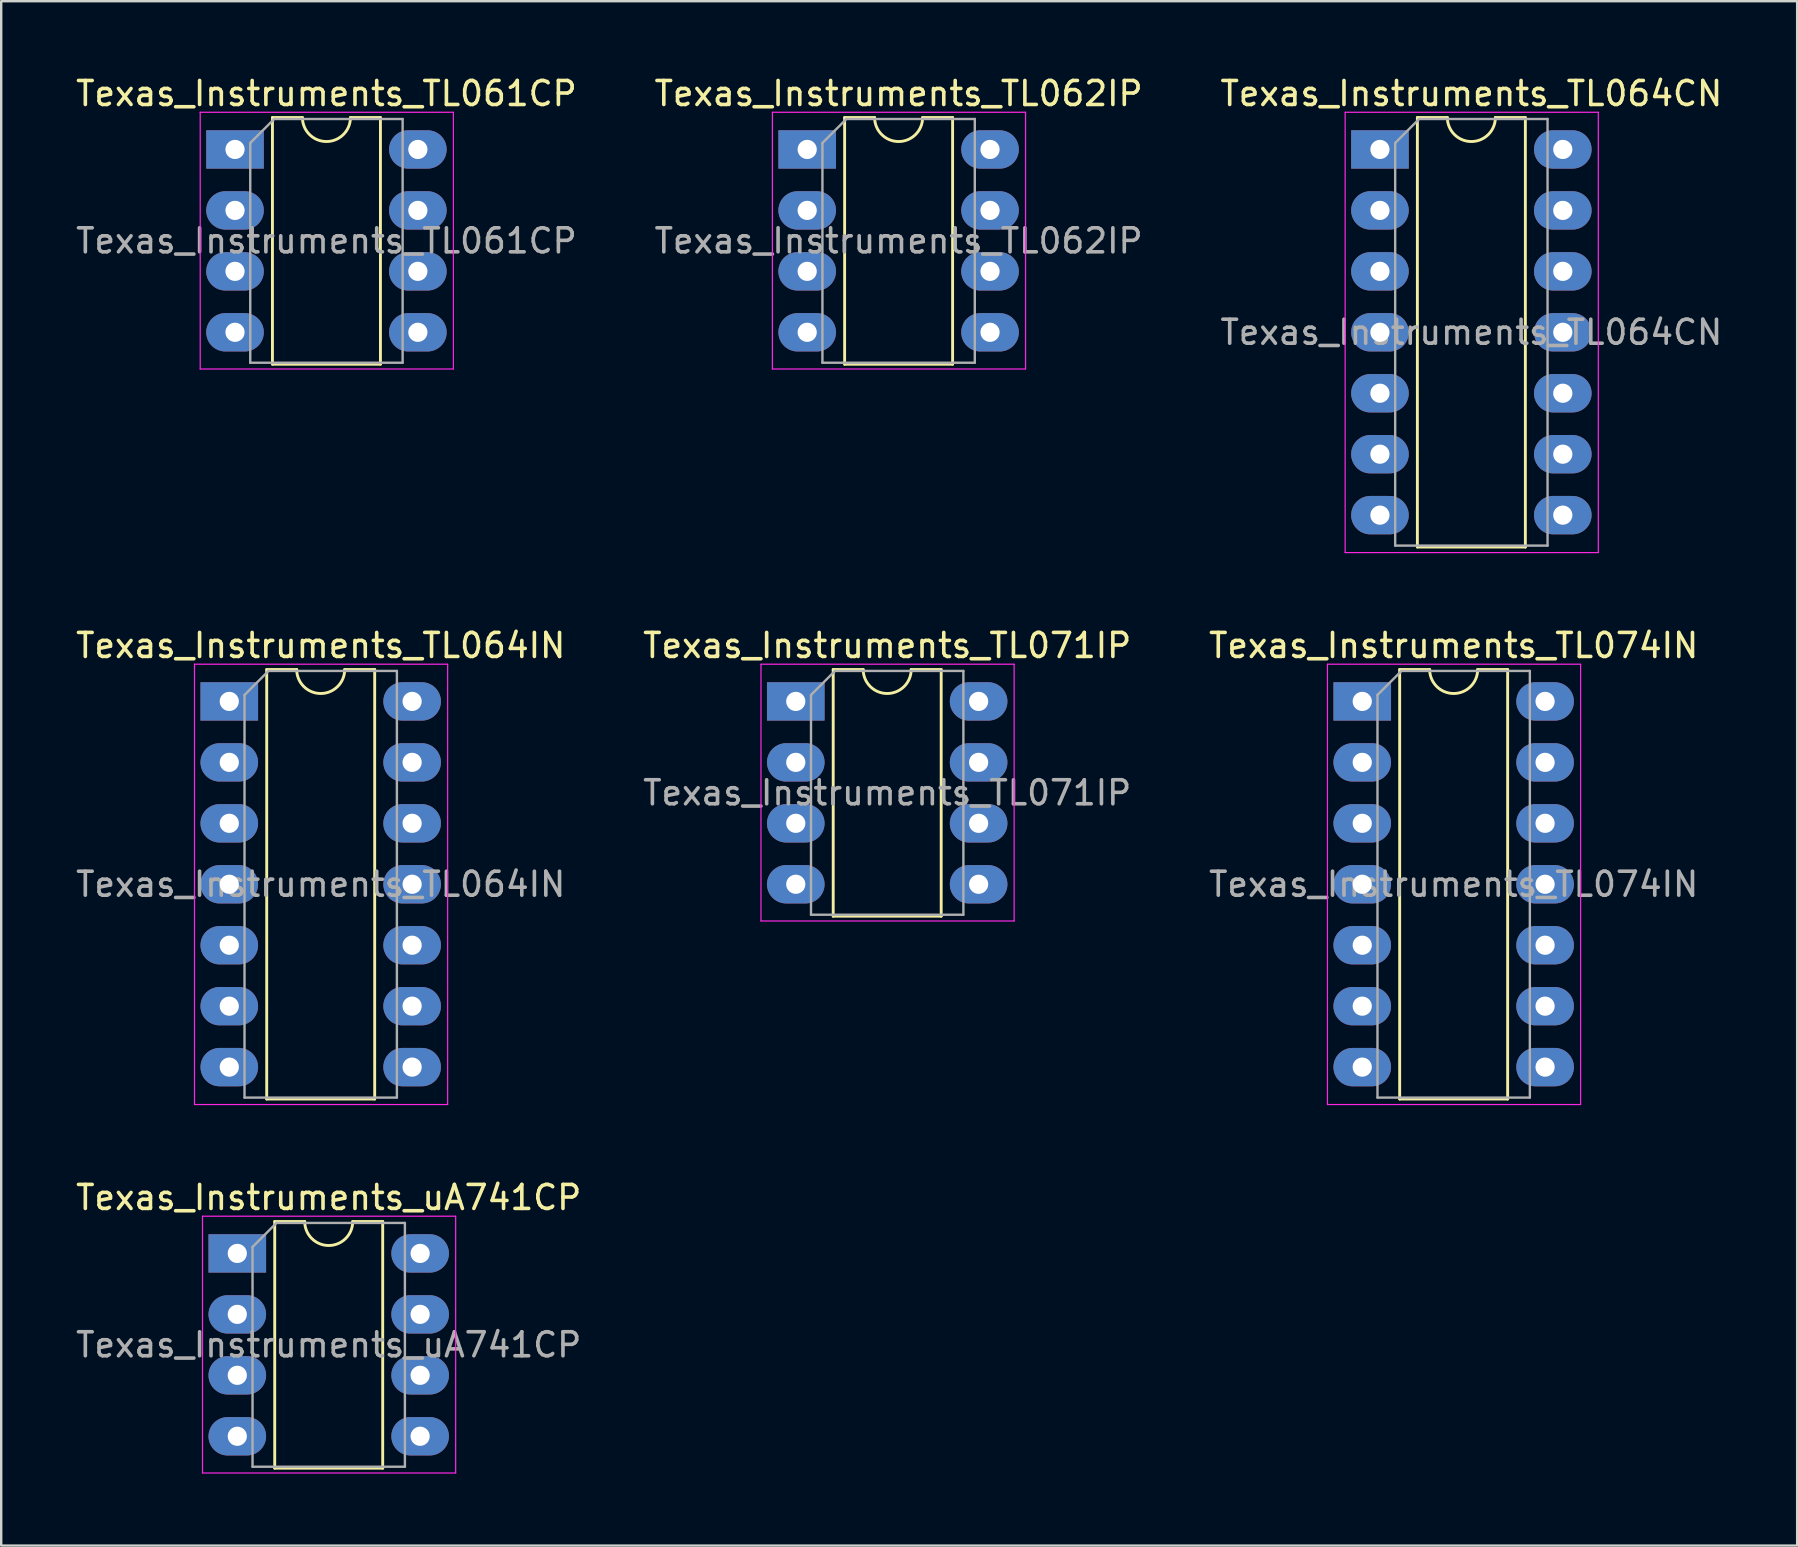
<source format=kicad_pcb>
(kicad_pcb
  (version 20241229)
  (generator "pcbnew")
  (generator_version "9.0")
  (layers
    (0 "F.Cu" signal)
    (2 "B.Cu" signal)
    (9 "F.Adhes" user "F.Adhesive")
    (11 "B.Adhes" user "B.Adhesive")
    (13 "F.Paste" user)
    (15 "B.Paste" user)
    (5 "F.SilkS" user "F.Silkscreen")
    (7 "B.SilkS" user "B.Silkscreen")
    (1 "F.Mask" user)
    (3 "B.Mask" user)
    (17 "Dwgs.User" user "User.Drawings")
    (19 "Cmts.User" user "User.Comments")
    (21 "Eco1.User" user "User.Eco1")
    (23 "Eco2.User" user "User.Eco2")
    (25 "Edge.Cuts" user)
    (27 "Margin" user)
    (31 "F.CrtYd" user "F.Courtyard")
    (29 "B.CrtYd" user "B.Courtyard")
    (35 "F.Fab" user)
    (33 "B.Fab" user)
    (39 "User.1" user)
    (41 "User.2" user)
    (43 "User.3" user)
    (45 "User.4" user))
  (footprint "Texas_Instruments_TL064CN"
    (layer "F.Cu")
    (at 58.268 10.798)
    (property "Reference" "Texas_Instruments_TL064CN" (at 0 -9.95 0) (layer "F.SilkS") (effects (font (size 1 1) (thickness 0.15))))
    (attr through_hole)
    (fp_line (start -2.25 -8.95) (end -2.25 8.95) (stroke (width 0.12) (type solid)) (layer "F.SilkS"))
    (fp_line (start -2.25 8.95) (end 2.25 8.95) (stroke (width 0.12) (type solid)) (layer "F.SilkS"))
    (fp_line (start -1 -8.95) (end -2.25 -8.95) (stroke (width 0.12) (type solid)) (layer "F.SilkS"))
    (fp_line (start 2.25 -8.95) (end 1 -8.95) (stroke (width 0.12) (type solid)) (layer "F.SilkS"))
    (fp_line (start 2.25 8.95) (end 2.25 -8.95) (stroke (width 0.12) (type solid)) (layer "F.SilkS"))
    (fp_arc (start 1 -8.95) (mid 0 -7.95) (end -1 -8.95) (stroke (width 0.12) (type solid)) (layer "F.SilkS"))
    (fp_line (start -5.26 -9.17) (end -5.26 9.18) (stroke (width 0.05) (type solid)) (layer "F.CrtYd"))
    (fp_line (start -5.26 9.18) (end 5.29 9.18) (stroke (width 0.05) (type solid)) (layer "F.CrtYd"))
    (fp_line (start 5.29 -9.17) (end -5.26 -9.17) (stroke (width 0.05) (type solid)) (layer "F.CrtYd"))
    (fp_line (start 5.29 9.18) (end 5.29 -9.17) (stroke (width 0.05) (type solid)) (layer "F.CrtYd"))
    (fp_line (start -3.175 -7.89) (end -2.175 -8.89) (stroke (width 0.1) (type solid)) (layer "F.Fab"))
    (fp_line (start -3.175 8.89) (end -3.175 -7.89) (stroke (width 0.1) (type solid)) (layer "F.Fab"))
    (fp_line (start -2.175 -8.89) (end 3.175 -8.89) (stroke (width 0.1) (type solid)) (layer "F.Fab"))
    (fp_line (start 3.175 -8.89) (end 3.175 8.89) (stroke (width 0.1) (type solid)) (layer "F.Fab"))
    (fp_line (start 3.175 8.89) (end -3.175 8.89) (stroke (width 0.1) (type solid)) (layer "F.Fab"))
    (fp_text user "${REFERENCE}" (at 0 0 0) (layer "F.Fab") (effects (font (size 1 1) (thickness 0.15))))
    (pad "1" thru_hole rect (at -3.81 -7.62) (size 2.4 1.6) (drill 0.8) (layers "*.Cu" "*.Mask"))
    (pad "2" thru_hole oval (at -3.81 -5.08) (size 2.4 1.6) (drill 0.8) (layers "*.Cu" "*.Mask"))
    (pad "3" thru_hole oval (at -3.81 -2.54) (size 2.4 1.6) (drill 0.8) (layers "*.Cu" "*.Mask"))
    (pad "4" thru_hole oval (at -3.81 0) (size 2.4 1.6) (drill 0.8) (layers "*.Cu" "*.Mask"))
    (pad "5" thru_hole oval (at -3.81 2.54) (size 2.4 1.6) (drill 0.8) (layers "*.Cu" "*.Mask"))
    (pad "6" thru_hole oval (at -3.81 5.08) (size 2.4 1.6) (drill 0.8) (layers "*.Cu" "*.Mask"))
    (pad "7" thru_hole oval (at -3.81 7.62) (size 2.4 1.6) (drill 0.8) (layers "*.Cu" "*.Mask"))
    (pad "8" thru_hole oval (at 3.81 7.62) (size 2.4 1.6) (drill 0.8) (layers "*.Cu" "*.Mask"))
    (pad "9" thru_hole oval (at 3.81 5.08) (size 2.4 1.6) (drill 0.8) (layers "*.Cu" "*.Mask"))
    (pad "10" thru_hole oval (at 3.81 2.54) (size 2.4 1.6) (drill 0.8) (layers "*.Cu" "*.Mask"))
    (pad "11" thru_hole oval (at 3.81 0) (size 2.4 1.6) (drill 0.8) (layers "*.Cu" "*.Mask"))
    (pad "12" thru_hole oval (at 3.81 -2.54) (size 2.4 1.6) (drill 0.8) (layers "*.Cu" "*.Mask"))
    (pad "13" thru_hole oval (at 3.81 -5.08) (size 2.4 1.6) (drill 0.8) (layers "*.Cu" "*.Mask"))
    (pad "14" thru_hole oval (at 3.81 -7.62) (size 2.4 1.6) (drill 0.8) (layers "*.Cu" "*.Mask")))
  (footprint "Texas_Instruments_TL074IN"
    (layer "F.Cu")
    (at 57.53 33.801)
    (property "Reference" "Texas_Instruments_TL074IN" (at 0 -9.95 0) (layer "F.SilkS") (effects (font (size 1 1) (thickness 0.15))))
    (attr through_hole)
    (fp_line (start -2.25 -8.95) (end -2.25 8.95) (stroke (width 0.12) (type solid)) (layer "F.SilkS"))
    (fp_line (start -2.25 8.95) (end 2.25 8.95) (stroke (width 0.12) (type solid)) (layer "F.SilkS"))
    (fp_line (start -1 -8.95) (end -2.25 -8.95) (stroke (width 0.12) (type solid)) (layer "F.SilkS"))
    (fp_line (start 2.25 -8.95) (end 1 -8.95) (stroke (width 0.12) (type solid)) (layer "F.SilkS"))
    (fp_line (start 2.25 8.95) (end 2.25 -8.95) (stroke (width 0.12) (type solid)) (layer "F.SilkS"))
    (fp_arc (start 1 -8.95) (mid 0 -7.95) (end -1 -8.95) (stroke (width 0.12) (type solid)) (layer "F.SilkS"))
    (fp_line (start -5.26 -9.17) (end -5.26 9.18) (stroke (width 0.05) (type solid)) (layer "F.CrtYd"))
    (fp_line (start -5.26 9.18) (end 5.29 9.18) (stroke (width 0.05) (type solid)) (layer "F.CrtYd"))
    (fp_line (start 5.29 -9.17) (end -5.26 -9.17) (stroke (width 0.05) (type solid)) (layer "F.CrtYd"))
    (fp_line (start 5.29 9.18) (end 5.29 -9.17) (stroke (width 0.05) (type solid)) (layer "F.CrtYd"))
    (fp_line (start -3.175 -7.89) (end -2.175 -8.89) (stroke (width 0.1) (type solid)) (layer "F.Fab"))
    (fp_line (start -3.175 8.89) (end -3.175 -7.89) (stroke (width 0.1) (type solid)) (layer "F.Fab"))
    (fp_line (start -2.175 -8.89) (end 3.175 -8.89) (stroke (width 0.1) (type solid)) (layer "F.Fab"))
    (fp_line (start 3.175 -8.89) (end 3.175 8.89) (stroke (width 0.1) (type solid)) (layer "F.Fab"))
    (fp_line (start 3.175 8.89) (end -3.175 8.89) (stroke (width 0.1) (type solid)) (layer "F.Fab"))
    (fp_text user "${REFERENCE}" (at 0 0 0) (layer "F.Fab") (effects (font (size 1 1) (thickness 0.15))))
    (pad "1" thru_hole rect (at -3.81 -7.62) (size 2.4 1.6) (drill 0.8) (layers "*.Cu" "*.Mask"))
    (pad "2" thru_hole oval (at -3.81 -5.08) (size 2.4 1.6) (drill 0.8) (layers "*.Cu" "*.Mask"))
    (pad "3" thru_hole oval (at -3.81 -2.54) (size 2.4 1.6) (drill 0.8) (layers "*.Cu" "*.Mask"))
    (pad "4" thru_hole oval (at -3.81 0) (size 2.4 1.6) (drill 0.8) (layers "*.Cu" "*.Mask"))
    (pad "5" thru_hole oval (at -3.81 2.54) (size 2.4 1.6) (drill 0.8) (layers "*.Cu" "*.Mask"))
    (pad "6" thru_hole oval (at -3.81 5.08) (size 2.4 1.6) (drill 0.8) (layers "*.Cu" "*.Mask"))
    (pad "7" thru_hole oval (at -3.81 7.62) (size 2.4 1.6) (drill 0.8) (layers "*.Cu" "*.Mask"))
    (pad "8" thru_hole oval (at 3.81 7.62) (size 2.4 1.6) (drill 0.8) (layers "*.Cu" "*.Mask"))
    (pad "9" thru_hole oval (at 3.81 5.08) (size 2.4 1.6) (drill 0.8) (layers "*.Cu" "*.Mask"))
    (pad "10" thru_hole oval (at 3.81 2.54) (size 2.4 1.6) (drill 0.8) (layers "*.Cu" "*.Mask"))
    (pad "11" thru_hole oval (at 3.81 0) (size 2.4 1.6) (drill 0.8) (layers "*.Cu" "*.Mask"))
    (pad "12" thru_hole oval (at 3.81 -2.54) (size 2.4 1.6) (drill 0.8) (layers "*.Cu" "*.Mask"))
    (pad "13" thru_hole oval (at 3.81 -5.08) (size 2.4 1.6) (drill 0.8) (layers "*.Cu" "*.Mask"))
    (pad "14" thru_hole oval (at 3.81 -7.62) (size 2.4 1.6) (drill 0.8) (layers "*.Cu" "*.Mask")))
  (footprint "Texas_Instruments_TL062IP"
    (layer "F.Cu")
    (at 34.399 6.988)
    (property "Reference" "Texas_Instruments_TL062IP" (at 0 -6.14 0) (layer "F.SilkS") (effects (font (size 1 1) (thickness 0.15))))
    (attr through_hole)
    (fp_line (start -2.25 -5.14) (end -2.25 5.14) (stroke (width 0.12) (type solid)) (layer "F.SilkS"))
    (fp_line (start -2.25 5.14) (end 2.25 5.14) (stroke (width 0.12) (type solid)) (layer "F.SilkS"))
    (fp_line (start -1 -5.14) (end -2.25 -5.14) (stroke (width 0.12) (type solid)) (layer "F.SilkS"))
    (fp_line (start 2.25 -5.14) (end 1 -5.14) (stroke (width 0.12) (type solid)) (layer "F.SilkS"))
    (fp_line (start 2.25 5.14) (end 2.25 -5.14) (stroke (width 0.12) (type solid)) (layer "F.SilkS"))
    (fp_arc (start 1 -5.14) (mid 0 -4.14) (end -1 -5.14) (stroke (width 0.12) (type solid)) (layer "F.SilkS"))
    (fp_line (start -5.26 -5.36) (end -5.26 5.34) (stroke (width 0.05) (type solid)) (layer "F.CrtYd"))
    (fp_line (start -5.26 5.34) (end 5.29 5.34) (stroke (width 0.05) (type solid)) (layer "F.CrtYd"))
    (fp_line (start 5.29 -5.36) (end -5.26 -5.36) (stroke (width 0.05) (type solid)) (layer "F.CrtYd"))
    (fp_line (start 5.29 5.34) (end 5.29 -5.36) (stroke (width 0.05) (type solid)) (layer "F.CrtYd"))
    (fp_line (start -3.175 -4.08) (end -2.175 -5.08) (stroke (width 0.1) (type solid)) (layer "F.Fab"))
    (fp_line (start -3.175 5.08) (end -3.175 -4.08) (stroke (width 0.1) (type solid)) (layer "F.Fab"))
    (fp_line (start -2.175 -5.08) (end 3.175 -5.08) (stroke (width 0.1) (type solid)) (layer "F.Fab"))
    (fp_line (start 3.175 -5.08) (end 3.175 5.08) (stroke (width 0.1) (type solid)) (layer "F.Fab"))
    (fp_line (start 3.175 5.08) (end -3.175 5.08) (stroke (width 0.1) (type solid)) (layer "F.Fab"))
    (fp_text user "${REFERENCE}" (at 0 0 0) (layer "F.Fab") (effects (font (size 1 1) (thickness 0.15))))
    (pad "1" thru_hole rect (at -3.81 -3.81) (size 2.4 1.6) (drill 0.8) (layers "*.Cu" "*.Mask"))
    (pad "2" thru_hole oval (at -3.81 -1.27) (size 2.4 1.6) (drill 0.8) (layers "*.Cu" "*.Mask"))
    (pad "3" thru_hole oval (at -3.81 1.27) (size 2.4 1.6) (drill 0.8) (layers "*.Cu" "*.Mask"))
    (pad "4" thru_hole oval (at -3.81 3.81) (size 2.4 1.6) (drill 0.8) (layers "*.Cu" "*.Mask"))
    (pad "5" thru_hole oval (at 3.81 3.81) (size 2.4 1.6) (drill 0.8) (layers "*.Cu" "*.Mask"))
    (pad "6" thru_hole oval (at 3.81 1.27) (size 2.4 1.6) (drill 0.8) (layers "*.Cu" "*.Mask"))
    (pad "7" thru_hole oval (at 3.81 -1.27) (size 2.4 1.6) (drill 0.8) (layers "*.Cu" "*.Mask"))
    (pad "8" thru_hole oval (at 3.81 -3.81) (size 2.4 1.6) (drill 0.8) (layers "*.Cu" "*.Mask")))
  (footprint "Texas_Instruments_uA741CP"
    (layer "F.Cu")
    (at 10.649 52.995)
    (property "Reference" "Texas_Instruments_uA741CP" (at 0 -6.14 0) (layer "F.SilkS") (effects (font (size 1 1) (thickness 0.15))))
    (attr through_hole)
    (fp_line (start -2.25 -5.14) (end -2.25 5.14) (stroke (width 0.12) (type solid)) (layer "F.SilkS"))
    (fp_line (start -2.25 5.14) (end 2.25 5.14) (stroke (width 0.12) (type solid)) (layer "F.SilkS"))
    (fp_line (start -1 -5.14) (end -2.25 -5.14) (stroke (width 0.12) (type solid)) (layer "F.SilkS"))
    (fp_line (start 2.25 -5.14) (end 1 -5.14) (stroke (width 0.12) (type solid)) (layer "F.SilkS"))
    (fp_line (start 2.25 5.14) (end 2.25 -5.14) (stroke (width 0.12) (type solid)) (layer "F.SilkS"))
    (fp_arc (start 1 -5.14) (mid 0 -4.14) (end -1 -5.14) (stroke (width 0.12) (type solid)) (layer "F.SilkS"))
    (fp_line (start -5.26 -5.36) (end -5.26 5.34) (stroke (width 0.05) (type solid)) (layer "F.CrtYd"))
    (fp_line (start -5.26 5.34) (end 5.29 5.34) (stroke (width 0.05) (type solid)) (layer "F.CrtYd"))
    (fp_line (start 5.29 -5.36) (end -5.26 -5.36) (stroke (width 0.05) (type solid)) (layer "F.CrtYd"))
    (fp_line (start 5.29 5.34) (end 5.29 -5.36) (stroke (width 0.05) (type solid)) (layer "F.CrtYd"))
    (fp_line (start -3.175 -4.08) (end -2.175 -5.08) (stroke (width 0.1) (type solid)) (layer "F.Fab"))
    (fp_line (start -3.175 5.08) (end -3.175 -4.08) (stroke (width 0.1) (type solid)) (layer "F.Fab"))
    (fp_line (start -2.175 -5.08) (end 3.175 -5.08) (stroke (width 0.1) (type solid)) (layer "F.Fab"))
    (fp_line (start 3.175 -5.08) (end 3.175 5.08) (stroke (width 0.1) (type solid)) (layer "F.Fab"))
    (fp_line (start 3.175 5.08) (end -3.175 5.08) (stroke (width 0.1) (type solid)) (layer "F.Fab"))
    (fp_text user "${REFERENCE}" (at 0 0 0) (layer "F.Fab") (effects (font (size 1 1) (thickness 0.15))))
    (pad "1" thru_hole rect (at -3.81 -3.81) (size 2.4 1.6) (drill 0.8) (layers "*.Cu" "*.Mask"))
    (pad "2" thru_hole oval (at -3.81 -1.27) (size 2.4 1.6) (drill 0.8) (layers "*.Cu" "*.Mask"))
    (pad "3" thru_hole oval (at -3.81 1.27) (size 2.4 1.6) (drill 0.8) (layers "*.Cu" "*.Mask"))
    (pad "4" thru_hole oval (at -3.81 3.81) (size 2.4 1.6) (drill 0.8) (layers "*.Cu" "*.Mask"))
    (pad "5" thru_hole oval (at 3.81 3.81) (size 2.4 1.6) (drill 0.8) (layers "*.Cu" "*.Mask"))
    (pad "6" thru_hole oval (at 3.81 1.27) (size 2.4 1.6) (drill 0.8) (layers "*.Cu" "*.Mask"))
    (pad "7" thru_hole oval (at 3.81 -1.27) (size 2.4 1.6) (drill 0.8) (layers "*.Cu" "*.Mask"))
    (pad "8" thru_hole oval (at 3.81 -3.81) (size 2.4 1.6) (drill 0.8) (layers "*.Cu" "*.Mask")))
  (footprint "Texas_Instruments_TL061CP"
    (layer "F.Cu")
    (at 10.554 6.988)
    (property "Reference" "Texas_Instruments_TL061CP" (at 0 -6.14 0) (layer "F.SilkS") (effects (font (size 1 1) (thickness 0.15))))
    (attr through_hole)
    (fp_line (start -2.25 -5.14) (end -2.25 5.14) (stroke (width 0.12) (type solid)) (layer "F.SilkS"))
    (fp_line (start -2.25 5.14) (end 2.25 5.14) (stroke (width 0.12) (type solid)) (layer "F.SilkS"))
    (fp_line (start -1 -5.14) (end -2.25 -5.14) (stroke (width 0.12) (type solid)) (layer "F.SilkS"))
    (fp_line (start 2.25 -5.14) (end 1 -5.14) (stroke (width 0.12) (type solid)) (layer "F.SilkS"))
    (fp_line (start 2.25 5.14) (end 2.25 -5.14) (stroke (width 0.12) (type solid)) (layer "F.SilkS"))
    (fp_arc (start 1 -5.14) (mid 0 -4.14) (end -1 -5.14) (stroke (width 0.12) (type solid)) (layer "F.SilkS"))
    (fp_line (start -5.26 -5.36) (end -5.26 5.34) (stroke (width 0.05) (type solid)) (layer "F.CrtYd"))
    (fp_line (start -5.26 5.34) (end 5.29 5.34) (stroke (width 0.05) (type solid)) (layer "F.CrtYd"))
    (fp_line (start 5.29 -5.36) (end -5.26 -5.36) (stroke (width 0.05) (type solid)) (layer "F.CrtYd"))
    (fp_line (start 5.29 5.34) (end 5.29 -5.36) (stroke (width 0.05) (type solid)) (layer "F.CrtYd"))
    (fp_line (start -3.175 -4.08) (end -2.175 -5.08) (stroke (width 0.1) (type solid)) (layer "F.Fab"))
    (fp_line (start -3.175 5.08) (end -3.175 -4.08) (stroke (width 0.1) (type solid)) (layer "F.Fab"))
    (fp_line (start -2.175 -5.08) (end 3.175 -5.08) (stroke (width 0.1) (type solid)) (layer "F.Fab"))
    (fp_line (start 3.175 -5.08) (end 3.175 5.08) (stroke (width 0.1) (type solid)) (layer "F.Fab"))
    (fp_line (start 3.175 5.08) (end -3.175 5.08) (stroke (width 0.1) (type solid)) (layer "F.Fab"))
    (fp_text user "${REFERENCE}" (at 0 0 0) (layer "F.Fab") (effects (font (size 1 1) (thickness 0.15))))
    (pad "1" thru_hole rect (at -3.81 -3.81) (size 2.4 1.6) (drill 0.8) (layers "*.Cu" "*.Mask"))
    (pad "2" thru_hole oval (at -3.81 -1.27) (size 2.4 1.6) (drill 0.8) (layers "*.Cu" "*.Mask"))
    (pad "3" thru_hole oval (at -3.81 1.27) (size 2.4 1.6) (drill 0.8) (layers "*.Cu" "*.Mask"))
    (pad "4" thru_hole oval (at -3.81 3.81) (size 2.4 1.6) (drill 0.8) (layers "*.Cu" "*.Mask"))
    (pad "5" thru_hole oval (at 3.81 3.81) (size 2.4 1.6) (drill 0.8) (layers "*.Cu" "*.Mask"))
    (pad "6" thru_hole oval (at 3.81 1.27) (size 2.4 1.6) (drill 0.8) (layers "*.Cu" "*.Mask"))
    (pad "7" thru_hole oval (at 3.81 -1.27) (size 2.4 1.6) (drill 0.8) (layers "*.Cu" "*.Mask"))
    (pad "8" thru_hole oval (at 3.81 -3.81) (size 2.4 1.6) (drill 0.8) (layers "*.Cu" "*.Mask")))
  (footprint "Texas_Instruments_TL071IP"
    (layer "F.Cu")
    (at 33.923 29.991)
    (property "Reference" "Texas_Instruments_TL071IP" (at 0 -6.14 0) (layer "F.SilkS") (effects (font (size 1 1) (thickness 0.15))))
    (attr through_hole)
    (fp_line (start -2.25 -5.14) (end -2.25 5.14) (stroke (width 0.12) (type solid)) (layer "F.SilkS"))
    (fp_line (start -2.25 5.14) (end 2.25 5.14) (stroke (width 0.12) (type solid)) (layer "F.SilkS"))
    (fp_line (start -1 -5.14) (end -2.25 -5.14) (stroke (width 0.12) (type solid)) (layer "F.SilkS"))
    (fp_line (start 2.25 -5.14) (end 1 -5.14) (stroke (width 0.12) (type solid)) (layer "F.SilkS"))
    (fp_line (start 2.25 5.14) (end 2.25 -5.14) (stroke (width 0.12) (type solid)) (layer "F.SilkS"))
    (fp_arc (start 1 -5.14) (mid 0 -4.14) (end -1 -5.14) (stroke (width 0.12) (type solid)) (layer "F.SilkS"))
    (fp_line (start -5.26 -5.36) (end -5.26 5.34) (stroke (width 0.05) (type solid)) (layer "F.CrtYd"))
    (fp_line (start -5.26 5.34) (end 5.29 5.34) (stroke (width 0.05) (type solid)) (layer "F.CrtYd"))
    (fp_line (start 5.29 -5.36) (end -5.26 -5.36) (stroke (width 0.05) (type solid)) (layer "F.CrtYd"))
    (fp_line (start 5.29 5.34) (end 5.29 -5.36) (stroke (width 0.05) (type solid)) (layer "F.CrtYd"))
    (fp_line (start -3.175 -4.08) (end -2.175 -5.08) (stroke (width 0.1) (type solid)) (layer "F.Fab"))
    (fp_line (start -3.175 5.08) (end -3.175 -4.08) (stroke (width 0.1) (type solid)) (layer "F.Fab"))
    (fp_line (start -2.175 -5.08) (end 3.175 -5.08) (stroke (width 0.1) (type solid)) (layer "F.Fab"))
    (fp_line (start 3.175 -5.08) (end 3.175 5.08) (stroke (width 0.1) (type solid)) (layer "F.Fab"))
    (fp_line (start 3.175 5.08) (end -3.175 5.08) (stroke (width 0.1) (type solid)) (layer "F.Fab"))
    (fp_text user "${REFERENCE}" (at 0 0 0) (layer "F.Fab") (effects (font (size 1 1) (thickness 0.15))))
    (pad "1" thru_hole rect (at -3.81 -3.81) (size 2.4 1.6) (drill 0.8) (layers "*.Cu" "*.Mask"))
    (pad "2" thru_hole oval (at -3.81 -1.27) (size 2.4 1.6) (drill 0.8) (layers "*.Cu" "*.Mask"))
    (pad "3" thru_hole oval (at -3.81 1.27) (size 2.4 1.6) (drill 0.8) (layers "*.Cu" "*.Mask"))
    (pad "4" thru_hole oval (at -3.81 3.81) (size 2.4 1.6) (drill 0.8) (layers "*.Cu" "*.Mask"))
    (pad "5" thru_hole oval (at 3.81 3.81) (size 2.4 1.6) (drill 0.8) (layers "*.Cu" "*.Mask"))
    (pad "6" thru_hole oval (at 3.81 1.27) (size 2.4 1.6) (drill 0.8) (layers "*.Cu" "*.Mask"))
    (pad "7" thru_hole oval (at 3.81 -1.27) (size 2.4 1.6) (drill 0.8) (layers "*.Cu" "*.Mask"))
    (pad "8" thru_hole oval (at 3.81 -3.81) (size 2.4 1.6) (drill 0.8) (layers "*.Cu" "*.Mask")))
  (footprint "Texas_Instruments_TL064IN"
    (layer "F.Cu")
    (at 10.315 33.801)
    (property "Reference" "Texas_Instruments_TL064IN" (at 0 -9.95 0) (layer "F.SilkS") (effects (font (size 1 1) (thickness 0.15))))
    (attr through_hole)
    (fp_line (start -2.25 -8.95) (end -2.25 8.95) (stroke (width 0.12) (type solid)) (layer "F.SilkS"))
    (fp_line (start -2.25 8.95) (end 2.25 8.95) (stroke (width 0.12) (type solid)) (layer "F.SilkS"))
    (fp_line (start -1 -8.95) (end -2.25 -8.95) (stroke (width 0.12) (type solid)) (layer "F.SilkS"))
    (fp_line (start 2.25 -8.95) (end 1 -8.95) (stroke (width 0.12) (type solid)) (layer "F.SilkS"))
    (fp_line (start 2.25 8.95) (end 2.25 -8.95) (stroke (width 0.12) (type solid)) (layer "F.SilkS"))
    (fp_arc (start 1 -8.95) (mid 0 -7.95) (end -1 -8.95) (stroke (width 0.12) (type solid)) (layer "F.SilkS"))
    (fp_line (start -5.26 -9.17) (end -5.26 9.18) (stroke (width 0.05) (type solid)) (layer "F.CrtYd"))
    (fp_line (start -5.26 9.18) (end 5.29 9.18) (stroke (width 0.05) (type solid)) (layer "F.CrtYd"))
    (fp_line (start 5.29 -9.17) (end -5.26 -9.17) (stroke (width 0.05) (type solid)) (layer "F.CrtYd"))
    (fp_line (start 5.29 9.18) (end 5.29 -9.17) (stroke (width 0.05) (type solid)) (layer "F.CrtYd"))
    (fp_line (start -3.175 -7.89) (end -2.175 -8.89) (stroke (width 0.1) (type solid)) (layer "F.Fab"))
    (fp_line (start -3.175 8.89) (end -3.175 -7.89) (stroke (width 0.1) (type solid)) (layer "F.Fab"))
    (fp_line (start -2.175 -8.89) (end 3.175 -8.89) (stroke (width 0.1) (type solid)) (layer "F.Fab"))
    (fp_line (start 3.175 -8.89) (end 3.175 8.89) (stroke (width 0.1) (type solid)) (layer "F.Fab"))
    (fp_line (start 3.175 8.89) (end -3.175 8.89) (stroke (width 0.1) (type solid)) (layer "F.Fab"))
    (fp_text user "${REFERENCE}" (at 0 0 0) (layer "F.Fab") (effects (font (size 1 1) (thickness 0.15))))
    (pad "1" thru_hole rect (at -3.81 -7.62) (size 2.4 1.6) (drill 0.8) (layers "*.Cu" "*.Mask"))
    (pad "2" thru_hole oval (at -3.81 -5.08) (size 2.4 1.6) (drill 0.8) (layers "*.Cu" "*.Mask"))
    (pad "3" thru_hole oval (at -3.81 -2.54) (size 2.4 1.6) (drill 0.8) (layers "*.Cu" "*.Mask"))
    (pad "4" thru_hole oval (at -3.81 0) (size 2.4 1.6) (drill 0.8) (layers "*.Cu" "*.Mask"))
    (pad "5" thru_hole oval (at -3.81 2.54) (size 2.4 1.6) (drill 0.8) (layers "*.Cu" "*.Mask"))
    (pad "6" thru_hole oval (at -3.81 5.08) (size 2.4 1.6) (drill 0.8) (layers "*.Cu" "*.Mask"))
    (pad "7" thru_hole oval (at -3.81 7.62) (size 2.4 1.6) (drill 0.8) (layers "*.Cu" "*.Mask"))
    (pad "8" thru_hole oval (at 3.81 7.62) (size 2.4 1.6) (drill 0.8) (layers "*.Cu" "*.Mask"))
    (pad "9" thru_hole oval (at 3.81 5.08) (size 2.4 1.6) (drill 0.8) (layers "*.Cu" "*.Mask"))
    (pad "10" thru_hole oval (at 3.81 2.54) (size 2.4 1.6) (drill 0.8) (layers "*.Cu" "*.Mask"))
    (pad "11" thru_hole oval (at 3.81 0) (size 2.4 1.6) (drill 0.8) (layers "*.Cu" "*.Mask"))
    (pad "12" thru_hole oval (at 3.81 -2.54) (size 2.4 1.6) (drill 0.8) (layers "*.Cu" "*.Mask"))
    (pad "13" thru_hole oval (at 3.81 -5.08) (size 2.4 1.6) (drill 0.8) (layers "*.Cu" "*.Mask"))
    (pad "14" thru_hole oval (at 3.81 -7.62) (size 2.4 1.6) (drill 0.8) (layers "*.Cu" "*.Mask")))
  (gr_rect
    (start -3 -3)
    (end 71.845 61.36)
    (stroke (width 0.1) (type default))
    (fill no)
    (layer "Edge.Cuts")))
</source>
